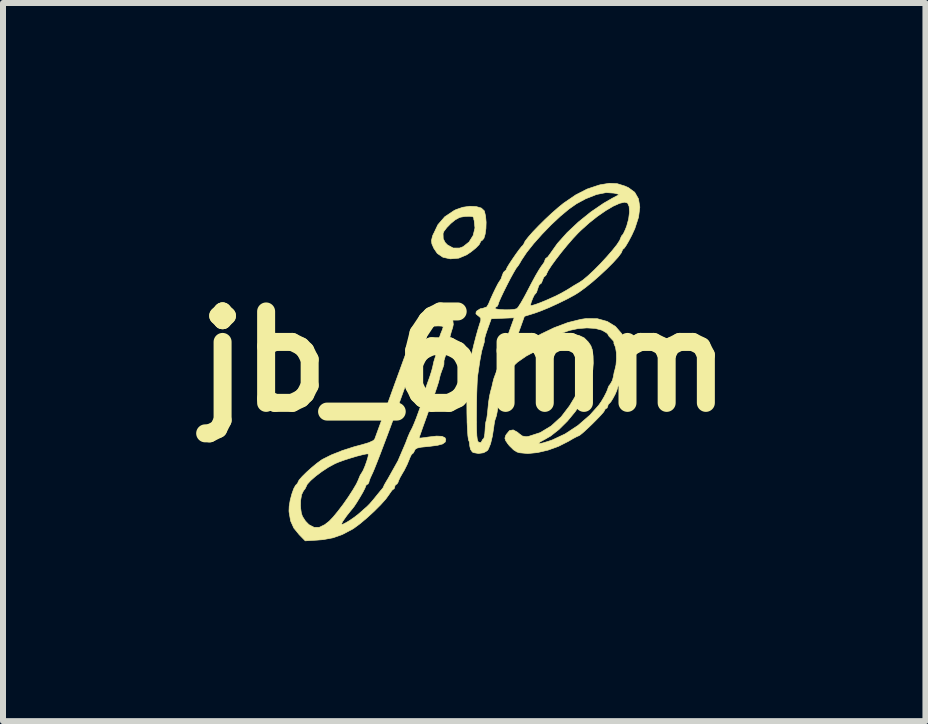
<source format=kicad_pcb>
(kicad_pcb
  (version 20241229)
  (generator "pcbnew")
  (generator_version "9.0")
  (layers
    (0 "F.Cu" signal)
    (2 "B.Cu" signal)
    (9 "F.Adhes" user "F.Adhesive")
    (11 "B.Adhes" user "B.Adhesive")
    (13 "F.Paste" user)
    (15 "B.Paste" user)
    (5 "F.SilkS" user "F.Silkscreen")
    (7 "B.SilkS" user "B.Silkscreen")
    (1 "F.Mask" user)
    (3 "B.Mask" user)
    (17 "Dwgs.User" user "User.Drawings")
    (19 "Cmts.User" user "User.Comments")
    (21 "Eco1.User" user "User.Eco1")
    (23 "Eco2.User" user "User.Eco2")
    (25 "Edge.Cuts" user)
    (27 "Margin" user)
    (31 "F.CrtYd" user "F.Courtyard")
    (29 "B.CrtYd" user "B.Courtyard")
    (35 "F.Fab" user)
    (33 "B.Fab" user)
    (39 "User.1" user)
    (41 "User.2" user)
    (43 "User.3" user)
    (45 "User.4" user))
  (footprint "jb_6mm"
    (layer "F.Cu")
    (at 4.688 2.976)
    (property "Reference" "jb_6mm" (at 0 0 0) (layer "F.SilkS") (effects (font (size 1.524 1.524) (thickness 0.3))))
    (attr through_hole)
    (fp_poly (pts (xy 0.2 -2.583) (xy 0.285 -2.558) (xy 0.333 -2.513) (xy 0.336 -2.508) (xy 0.356 -2.424) (xy 0.365 -2.323) (xy 0.362 -2.218) (xy 0.349 -2.124) (xy 0.328 -2.053) (xy 0.299 -2.019) (xy 0.292 -2.018) (xy 0.27 -1.997) (xy 0.269 -1.988) (xy 0.248 -1.948) (xy 0.192 -1.891) (xy 0.113 -1.827) (xy 0.04 -1.778) (xy -0.091 -1.723) (xy -0.232 -1.711) (xy -0.355 -1.738) (xy -0.449 -1.802) (xy -0.507 -1.888) (xy -0.539 -1.961) (xy -0.546 -2.017) (xy -0.53 -2.084) (xy -0.522 -2.108) (xy -0.509 -2.133) (xy -0.353 -2.133) (xy -0.35 -2.047) (xy -0.319 -1.985) (xy -0.28 -1.944) (xy -0.185 -1.892) (xy -0.08 -1.891) (xy -0.018 -1.914) (xy 0.081 -1.993) (xy 0.149 -2.102) (xy 0.179 -2.226) (xy 0.166 -2.35) (xy 0.16 -2.368) (xy 0.158 -2.401) (xy 0.138 -2.416) (xy 0.082 -2.421) (xy 0.011 -2.418) (xy -0.06 -2.406) (xy -0.087 -2.397) (xy -0.152 -2.36) (xy -0.224 -2.301) (xy -0.291 -2.232) (xy -0.339 -2.169) (xy -0.353 -2.133) (xy -0.509 -2.133) (xy -0.439 -2.28) (xy -0.324 -2.413) (xy -0.168 -2.517) (xy -0.137 -2.532) (xy -0.024 -2.571) (xy 0.093 -2.588) (xy 0.2 -2.583)) (stroke (width 0.01) (type solid)) (fill yes) (layer "F.SilkS"))
    (fp_poly (pts (xy -0.288 -0.751) (xy -0.234 -0.742) (xy -0.205 -0.721) (xy -0.191 -0.693) (xy -0.182 -0.619) (xy -0.192 -0.568) (xy -0.216 -0.494) (xy -0.243 -0.392) (xy -0.267 -0.286) (xy -0.283 -0.202) (xy -0.299 -0.137) (xy -0.321 -0.07) (xy -0.338 -0.012) (xy -0.338 0.02) (xy -0.338 0.021) (xy -0.339 0.051) (xy -0.358 0.111) (xy -0.366 0.131) (xy -0.396 0.214) (xy -0.415 0.288) (xy -0.416 0.296) (xy -0.428 0.343) (xy -0.456 0.43) (xy -0.496 0.549) (xy -0.544 0.689) (xy -0.59 0.815) (xy -0.642 0.961) (xy -0.688 1.088) (xy -0.723 1.188) (xy -0.746 1.253) (xy -0.753 1.276) (xy -0.729 1.276) (xy -0.667 1.269) (xy -0.6 1.259) (xy -0.463 1.243) (xy -0.371 1.247) (xy -0.321 1.27) (xy -0.307 1.299) (xy -0.316 1.341) (xy -0.36 1.374) (xy -0.445 1.397) (xy -0.576 1.414) (xy -0.608 1.417) (xy -0.716 1.428) (xy -0.782 1.442) (xy -0.816 1.462) (xy -0.827 1.484) (xy -0.848 1.525) (xy -0.862 1.534) (xy -0.883 1.557) (xy -0.91 1.614) (xy -0.917 1.634) (xy -0.952 1.718) (xy -1.001 1.816) (xy -1.027 1.859) (xy -1.07 1.934) (xy -1.097 1.993) (xy -1.103 2.014) (xy -1.122 2.043) (xy -1.13 2.045) (xy -1.154 2.067) (xy -1.157 2.085) (xy -1.168 2.121) (xy -1.178 2.126) (xy -1.204 2.147) (xy -1.241 2.199) (xy -1.25 2.213) (xy -1.306 2.291) (xy -1.394 2.389) (xy -1.503 2.498) (xy -1.621 2.606) (xy -1.736 2.703) (xy -1.836 2.777) (xy -1.864 2.795) (xy -2.031 2.883) (xy -2.185 2.938) (xy -2.351 2.969) (xy -2.449 2.977) (xy -2.65 2.989) (xy -2.75 2.887) (xy -2.841 2.775) (xy -2.894 2.657) (xy -2.919 2.513) (xy -2.921 2.492) (xy -2.918 2.426) (xy -2.729 2.426) (xy -2.715 2.528) (xy -2.696 2.583) (xy -2.647 2.659) (xy -2.589 2.719) (xy -2.504 2.764) (xy -2.417 2.764) (xy -2.32 2.717) (xy -2.311 2.709) (xy -2.046 2.709) (xy -2.025 2.714) (xy -1.964 2.683) (xy -1.913 2.652) (xy -1.831 2.596) (xy -1.756 2.537) (xy -1.741 2.524) (xy -1.677 2.467) (xy -1.623 2.42) (xy -1.577 2.374) (xy -1.518 2.306) (xy -1.493 2.275) (xy -1.438 2.207) (xy -1.393 2.152) (xy -1.379 2.137) (xy -1.35 2.1) (xy -1.345 2.087) (xy -1.332 2.057) (xy -1.298 1.998) (xy -1.273 1.957) (xy -1.104 1.655) (xy -0.977 1.359) (xy -0.941 1.263) (xy -0.908 1.186) (xy -0.886 1.143) (xy -0.885 1.141) (xy -0.865 1.103) (xy -0.834 1.031) (xy -0.797 0.938) (xy -0.76 0.836) (xy -0.725 0.739) (xy -0.699 0.658) (xy -0.685 0.608) (xy -0.685 0.597) (xy -0.681 0.569) (xy -0.662 0.503) (xy -0.63 0.41) (xy -0.615 0.367) (xy -0.576 0.259) (xy -0.545 0.162) (xy -0.527 0.094) (xy -0.524 0.081) (xy -0.507 0.003) (xy -0.487 -0.061) (xy -0.47 -0.113) (xy -0.47 -0.135) (xy -0.47 -0.135) (xy -0.47 -0.157) (xy -0.454 -0.213) (xy -0.445 -0.24) (xy -0.424 -0.308) (xy -0.418 -0.351) (xy -0.419 -0.357) (xy -0.418 -0.386) (xy -0.398 -0.446) (xy -0.391 -0.466) (xy -0.364 -0.531) (xy -0.351 -0.573) (xy -0.35 -0.578) (xy -0.373 -0.59) (xy -0.431 -0.593) (xy -0.505 -0.59) (xy -0.577 -0.58) (xy -0.628 -0.566) (xy -0.639 -0.558) (xy -0.66 -0.518) (xy -0.693 -0.439) (xy -0.734 -0.336) (xy -0.776 -0.22) (xy -0.817 -0.106) (xy -0.85 -0.006) (xy -0.871 0.067) (xy -0.876 0.09) (xy -0.888 0.133) (xy -0.915 0.218) (xy -0.957 0.338) (xy -1.01 0.487) (xy -1.071 0.656) (xy -1.137 0.838) (xy -1.206 1.026) (xy -1.275 1.212) (xy -1.342 1.389) (xy -1.403 1.55) (xy -1.456 1.686) (xy -1.498 1.791) (xy -1.526 1.857) (xy -1.532 1.869) (xy -1.566 1.942) (xy -1.586 1.998) (xy -1.587 2.01) (xy -1.604 2.042) (xy -1.614 2.045) (xy -1.64 2.066) (xy -1.641 2.075) (xy -1.655 2.112) (xy -1.689 2.179) (xy -1.737 2.261) (xy -1.788 2.345) (xy -1.834 2.415) (xy -1.865 2.455) (xy -1.9 2.497) (xy -1.951 2.561) (xy -1.971 2.588) (xy -2.027 2.668) (xy -2.046 2.709) (xy -2.311 2.709) (xy -2.25 2.661) (xy -2.186 2.594) (xy -2.106 2.497) (xy -2.018 2.382) (xy -1.932 2.259) (xy -1.856 2.141) (xy -1.797 2.041) (xy -1.763 1.968) (xy -1.762 1.964) (xy -1.734 1.896) (xy -1.709 1.857) (xy -1.683 1.812) (xy -1.653 1.741) (xy -1.625 1.662) (xy -1.604 1.592) (xy -1.597 1.547) (xy -1.599 1.54) (xy -1.63 1.54) (xy -1.7 1.555) (xy -1.794 1.579) (xy -1.901 1.611) (xy -2.006 1.645) (xy -2.099 1.679) (xy -2.153 1.702) (xy -2.262 1.761) (xy -2.372 1.833) (xy -2.475 1.91) (xy -2.56 1.984) (xy -2.617 2.047) (xy -2.637 2.09) (xy -2.653 2.122) (xy -2.68 2.156) (xy -2.711 2.22) (xy -2.727 2.317) (xy -2.729 2.426) (xy -2.918 2.426) (xy -2.917 2.408) (xy -2.9 2.308) (xy -2.873 2.207) (xy -2.842 2.12) (xy -2.81 2.062) (xy -2.794 2.049) (xy -2.772 2.019) (xy -2.771 2.011) (xy -2.752 1.975) (xy -2.7 1.916) (xy -2.626 1.843) (xy -2.541 1.767) (xy -2.455 1.696) (xy -2.379 1.641) (xy -2.359 1.629) (xy -2.215 1.557) (xy -2.034 1.485) (xy -1.835 1.421) (xy -1.703 1.386) (xy -1.589 1.352) (xy -1.516 1.318) (xy -1.493 1.295) (xy -1.48 1.26) (xy -1.451 1.181) (xy -1.408 1.063) (xy -1.353 0.913) (xy -1.289 0.737) (xy -1.218 0.54) (xy -1.154 0.363) (xy -1.077 0.152) (xy -1.005 -0.046) (xy -0.939 -0.224) (xy -0.883 -0.377) (xy -0.838 -0.497) (xy -0.807 -0.578) (xy -0.794 -0.611) (xy -0.746 -0.676) (xy -0.666 -0.72) (xy -0.547 -0.745) (xy -0.383 -0.753) (xy -0.383 -0.753) (xy -0.288 -0.751)) (stroke (width 0.01) (type solid)) (fill yes) (layer "F.SilkS"))
    (fp_poly (pts (xy 2.548 -2.965) (xy 2.677 -2.925) (xy 2.736 -2.899) (xy 2.842 -2.821) (xy 2.905 -2.711) (xy 2.927 -2.573) (xy 2.906 -2.407) (xy 2.844 -2.216) (xy 2.793 -2.105) (xy 2.742 -2.008) (xy 2.698 -1.933) (xy 2.668 -1.89) (xy 2.659 -1.883) (xy 2.637 -1.863) (xy 2.637 -1.857) (xy 2.617 -1.81) (xy 2.562 -1.737) (xy 2.479 -1.646) (xy 2.375 -1.542) (xy 2.26 -1.435) (xy 2.139 -1.329) (xy 2.02 -1.233) (xy 1.911 -1.154) (xy 1.844 -1.112) (xy 1.717 -1.043) (xy 1.568 -0.97) (xy 1.415 -0.9) (xy 1.276 -0.843) (xy 1.176 -0.807) (xy 1.003 -0.753) (xy 0.891 -0.44) (xy 0.849 -0.32) (xy 0.816 -0.219) (xy 0.795 -0.149) (xy 0.788 -0.118) (xy 0.789 -0.117) (xy 0.812 -0.128) (xy 0.861 -0.166) (xy 0.89 -0.192) (xy 1.064 -0.328) (xy 1.271 -0.454) (xy 1.498 -0.563) (xy 1.727 -0.649) (xy 1.944 -0.703) (xy 2.031 -0.716) (xy 2.218 -0.714) (xy 2.384 -0.668) (xy 2.521 -0.584) (xy 2.625 -0.464) (xy 2.672 -0.363) (xy 2.691 -0.275) (xy 2.7 -0.161) (xy 2.699 -0.039) (xy 2.688 0.071) (xy 2.669 0.151) (xy 2.664 0.161) (xy 2.642 0.229) (xy 2.637 0.277) (xy 2.621 0.342) (xy 2.597 0.377) (xy 2.563 0.417) (xy 2.556 0.438) (xy 2.544 0.481) (xy 2.516 0.546) (xy 2.479 0.615) (xy 2.444 0.672) (xy 2.419 0.699) (xy 2.417 0.7) (xy 2.397 0.721) (xy 2.395 0.74) (xy 2.38 0.776) (xy 2.368 0.78) (xy 2.343 0.801) (xy 2.341 0.813) (xy 2.323 0.842) (xy 2.274 0.898) (xy 2.205 0.97) (xy 2.127 1.048) (xy 2.047 1.124) (xy 1.978 1.187) (xy 1.927 1.228) (xy 1.909 1.238) (xy 1.878 1.251) (xy 1.815 1.284) (xy 1.737 1.33) (xy 1.573 1.413) (xy 1.397 1.477) (xy 1.221 1.518) (xy 1.059 1.534) (xy 0.922 1.521) (xy 0.879 1.508) (xy 0.822 1.472) (xy 0.758 1.409) (xy 0.737 1.385) (xy 0.721 1.362) (xy 1.24 1.362) (xy 1.256 1.368) (xy 1.313 1.357) (xy 1.408 1.328) (xy 1.469 1.307) (xy 1.682 1.207) (xy 1.896 1.066) (xy 2.094 0.894) (xy 2.24 0.731) (xy 2.285 0.667) (xy 2.331 0.589) (xy 2.37 0.513) (xy 2.393 0.458) (xy 2.395 0.446) (xy 2.411 0.408) (xy 2.435 0.377) (xy 2.469 0.317) (xy 2.486 0.254) (xy 2.499 0.182) (xy 2.512 0.135) (xy 2.53 0.057) (xy 2.538 -0.045) (xy 2.536 -0.148) (xy 2.523 -0.231) (xy 2.514 -0.256) (xy 2.494 -0.304) (xy 2.496 -0.323) (xy 2.491 -0.338) (xy 2.456 -0.376) (xy 2.454 -0.378) (xy 2.411 -0.424) (xy 2.395 -0.454) (xy 2.372 -0.478) (xy 2.316 -0.511) (xy 2.287 -0.525) (xy 2.182 -0.552) (xy 2.045 -0.56) (xy 1.898 -0.549) (xy 1.758 -0.519) (xy 1.722 -0.507) (xy 1.628 -0.472) (xy 1.792 -0.456) (xy 1.912 -0.435) (xy 1.998 -0.395) (xy 2.069 -0.324) (xy 2.11 -0.264) (xy 2.135 -0.195) (xy 2.148 -0.092) (xy 2.151 0.027) (xy 2.143 0.141) (xy 2.123 0.233) (xy 2.122 0.237) (xy 2.1 0.311) (xy 2.085 0.379) (xy 2.041 0.519) (xy 1.959 0.675) (xy 1.849 0.837) (xy 1.72 0.993) (xy 1.58 1.132) (xy 1.439 1.243) (xy 1.345 1.297) (xy 1.269 1.338) (xy 1.24 1.362) (xy 0.721 1.362) (xy 0.692 1.321) (xy 0.678 1.279) (xy 0.689 1.238) (xy 0.702 1.215) (xy 0.755 1.151) (xy 0.817 1.14) (xy 0.89 1.18) (xy 0.907 1.196) (xy 0.969 1.242) (xy 1.031 1.253) (xy 1.076 1.247) (xy 1.267 1.185) (xy 1.45 1.074) (xy 1.617 0.921) (xy 1.755 0.74) (xy 1.845 0.591) (xy 1.905 0.461) (xy 1.943 0.332) (xy 1.965 0.184) (xy 1.975 0.054) (xy 1.972 -0.09) (xy 1.942 -0.193) (xy 1.883 -0.261) (xy 1.798 -0.301) (xy 1.677 -0.314) (xy 1.53 -0.294) (xy 1.366 -0.248) (xy 1.197 -0.178) (xy 1.034 -0.091) (xy 0.89 0.009) (xy 0.774 0.117) (xy 0.753 0.142) (xy 0.701 0.232) (xy 0.653 0.359) (xy 0.612 0.51) (xy 0.604 0.552) (xy 0.588 0.631) (xy 0.576 0.691) (xy 0.574 0.7) (xy 0.563 0.754) (xy 0.551 0.828) (xy 0.551 0.83) (xy 0.538 0.899) (xy 0.523 0.945) (xy 0.522 0.946) (xy 0.509 0.987) (xy 0.497 1.059) (xy 0.494 1.084) (xy 0.47 1.242) (xy 0.439 1.371) (xy 0.402 1.461) (xy 0.384 1.486) (xy 0.323 1.521) (xy 0.238 1.533) (xy 0.157 1.519) (xy 0.135 1.508) (xy 0.105 1.464) (xy 0.092 1.407) (xy 0.087 1.353) (xy 0.082 1.332) (xy 0.071 1.307) (xy 0.061 1.237) (xy 0.054 1.132) (xy 0.048 1.009) (xy 0.204 1.009) (xy 0.206 1.141) (xy 0.21 1.234) (xy 0.217 1.294) (xy 0.227 1.329) (xy 0.241 1.346) (xy 0.242 1.346) (xy 0.28 1.351) (xy 0.291 1.33) (xy 0.31 1.295) (xy 0.32 1.292) (xy 0.332 1.267) (xy 0.343 1.205) (xy 0.347 1.152) (xy 0.352 1.069) (xy 0.36 1.009) (xy 0.365 0.992) (xy 0.375 0.956) (xy 0.385 0.884) (xy 0.391 0.829) (xy 0.405 0.685) (xy 0.421 0.581) (xy 0.438 0.504) (xy 0.443 0.487) (xy 0.462 0.416) (xy 0.474 0.36) (xy 0.493 0.286) (xy 0.524 0.201) (xy 0.528 0.191) (xy 0.562 0.096) (xy 0.589 -0.006) (xy 0.59 -0.013) (xy 0.609 -0.082) (xy 0.641 -0.186) (xy 0.682 -0.311) (xy 0.723 -0.425) (xy 0.833 -0.729) (xy 0.642 -0.721) (xy 0.451 -0.713) (xy 0.388 -0.539) (xy 0.358 -0.451) (xy 0.34 -0.385) (xy 0.336 -0.355) (xy 0.336 -0.355) (xy 0.335 -0.325) (xy 0.321 -0.278) (xy 0.291 -0.173) (xy 0.263 -0.023) (xy 0.253 0.04) (xy 0.241 0.123) (xy 0.227 0.217) (xy 0.225 0.229) (xy 0.219 0.29) (xy 0.214 0.395) (xy 0.209 0.531) (xy 0.206 0.688) (xy 0.205 0.83) (xy 0.204 1.009) (xy 0.048 1.009) (xy 0.048 1.002) (xy 0.045 0.857) (xy 0.044 0.704) (xy 0.045 0.555) (xy 0.05 0.418) (xy 0.057 0.303) (xy 0.063 0.242) (xy 0.077 0.146) (xy 0.088 0.061) (xy 0.093 0.027) (xy 0.107 -0.05) (xy 0.132 -0.161) (xy 0.163 -0.291) (xy 0.197 -0.421) (xy 0.229 -0.535) (xy 0.253 -0.613) (xy 0.276 -0.683) (xy 0.276 -0.722) (xy 0.252 -0.749) (xy 0.234 -0.761) (xy 0.195 -0.795) (xy 0.199 -0.827) (xy 0.212 -0.844) (xy 0.267 -0.879) (xy 0.313 -0.888) (xy 0.511 -0.888) (xy 0.535 -0.875) (xy 0.596 -0.866) (xy 0.678 -0.862) (xy 0.763 -0.863) (xy 0.836 -0.87) (xy 0.879 -0.882) (xy 0.905 -0.914) (xy 0.917 -0.933) (xy 1.103 -0.933) (xy 1.126 -0.933) (xy 1.188 -0.951) (xy 1.278 -0.984) (xy 1.388 -1.03) (xy 1.508 -1.084) (xy 1.52 -1.089) (xy 1.618 -1.139) (xy 1.713 -1.193) (xy 1.749 -1.215) (xy 1.828 -1.265) (xy 1.901 -1.308) (xy 1.912 -1.313) (xy 1.98 -1.359) (xy 2.068 -1.433) (xy 2.168 -1.527) (xy 2.274 -1.634) (xy 2.376 -1.745) (xy 2.469 -1.852) (xy 2.544 -1.946) (xy 2.593 -2.021) (xy 2.61 -2.065) (xy 2.627 -2.1) (xy 2.633 -2.103) (xy 2.654 -2.132) (xy 2.684 -2.196) (xy 2.709 -2.26) (xy 2.741 -2.378) (xy 2.755 -2.491) (xy 2.749 -2.584) (xy 2.723 -2.642) (xy 2.723 -2.642) (xy 2.673 -2.656) (xy 2.59 -2.637) (xy 2.483 -2.589) (xy 2.358 -2.515) (xy 2.222 -2.421) (xy 2.082 -2.31) (xy 1.944 -2.186) (xy 1.897 -2.14) (xy 1.809 -2.046) (xy 1.714 -1.936) (xy 1.619 -1.82) (xy 1.531 -1.706) (xy 1.456 -1.603) (xy 1.402 -1.52) (xy 1.374 -1.465) (xy 1.372 -1.454) (xy 1.354 -1.427) (xy 1.348 -1.426) (xy 1.325 -1.403) (xy 1.307 -1.359) (xy 1.287 -1.308) (xy 1.266 -1.292) (xy 1.244 -1.268) (xy 1.225 -1.212) (xy 1.224 -1.211) (xy 1.206 -1.154) (xy 1.188 -1.13) (xy 1.187 -1.13) (xy 1.168 -1.108) (xy 1.142 -1.055) (xy 1.118 -0.993) (xy 1.104 -0.942) (xy 1.103 -0.933) (xy 0.917 -0.933) (xy 0.947 -0.981) (xy 1 -1.074) (xy 1.03 -1.13) (xy 1.121 -1.305) (xy 1.192 -1.436) (xy 1.247 -1.529) (xy 1.288 -1.592) (xy 1.308 -1.617) (xy 1.339 -1.665) (xy 1.345 -1.691) (xy 1.36 -1.72) (xy 1.366 -1.722) (xy 1.393 -1.743) (xy 1.43 -1.793) (xy 1.432 -1.796) (xy 1.553 -1.967) (xy 1.714 -2.147) (xy 1.903 -2.325) (xy 2.11 -2.492) (xy 2.322 -2.637) (xy 2.471 -2.723) (xy 2.588 -2.784) (xy 2.498 -2.807) (xy 2.365 -2.816) (xy 2.205 -2.784) (xy 2.023 -2.712) (xy 1.87 -2.629) (xy 1.745 -2.541) (xy 1.601 -2.421) (xy 1.449 -2.279) (xy 1.299 -2.124) (xy 1.159 -1.967) (xy 1.041 -1.819) (xy 0.954 -1.689) (xy 0.938 -1.66) (xy 0.908 -1.61) (xy 0.891 -1.587) (xy 0.864 -1.552) (xy 0.822 -1.48) (xy 0.769 -1.384) (xy 0.713 -1.275) (xy 0.658 -1.165) (xy 0.611 -1.066) (xy 0.578 -0.99) (xy 0.565 -0.949) (xy 0.565 -0.948) (xy 0.548 -0.917) (xy 0.538 -0.915) (xy 0.512 -0.894) (xy 0.511 -0.888) (xy 0.313 -0.888) (xy 0.375 -0.909) (xy 0.404 -0.957) (xy 0.438 -1.038) (xy 0.48 -1.131) (xy 0.524 -1.222) (xy 0.562 -1.296) (xy 0.589 -1.34) (xy 0.594 -1.346) (xy 0.615 -1.379) (xy 0.633 -1.433) (xy 0.654 -1.486) (xy 0.676 -1.507) (xy 0.699 -1.527) (xy 0.7 -1.532) (xy 0.714 -1.565) (xy 0.752 -1.628) (xy 0.805 -1.708) (xy 0.862 -1.791) (xy 0.916 -1.865) (xy 0.957 -1.917) (xy 0.975 -1.933) (xy 0.995 -1.963) (xy 0.996 -1.966) (xy 1.015 -2.006) (xy 1.067 -2.073) (xy 1.144 -2.161) (xy 1.24 -2.261) (xy 1.347 -2.367) (xy 1.457 -2.47) (xy 1.563 -2.563) (xy 1.655 -2.638) (xy 1.858 -2.777) (xy 2.049 -2.875) (xy 2.241 -2.939) (xy 2.267 -2.946) (xy 2.419 -2.971) (xy 2.548 -2.965)) (stroke (width 0.01) (type solid)) (fill yes) (layer "F.SilkS")))
  (gr_rect
    (start -3 -3)
    (end 12.376 8.97)
    (stroke (width 0.1) (type default))
    (fill no)
    (layer "Edge.Cuts")))
</source>
